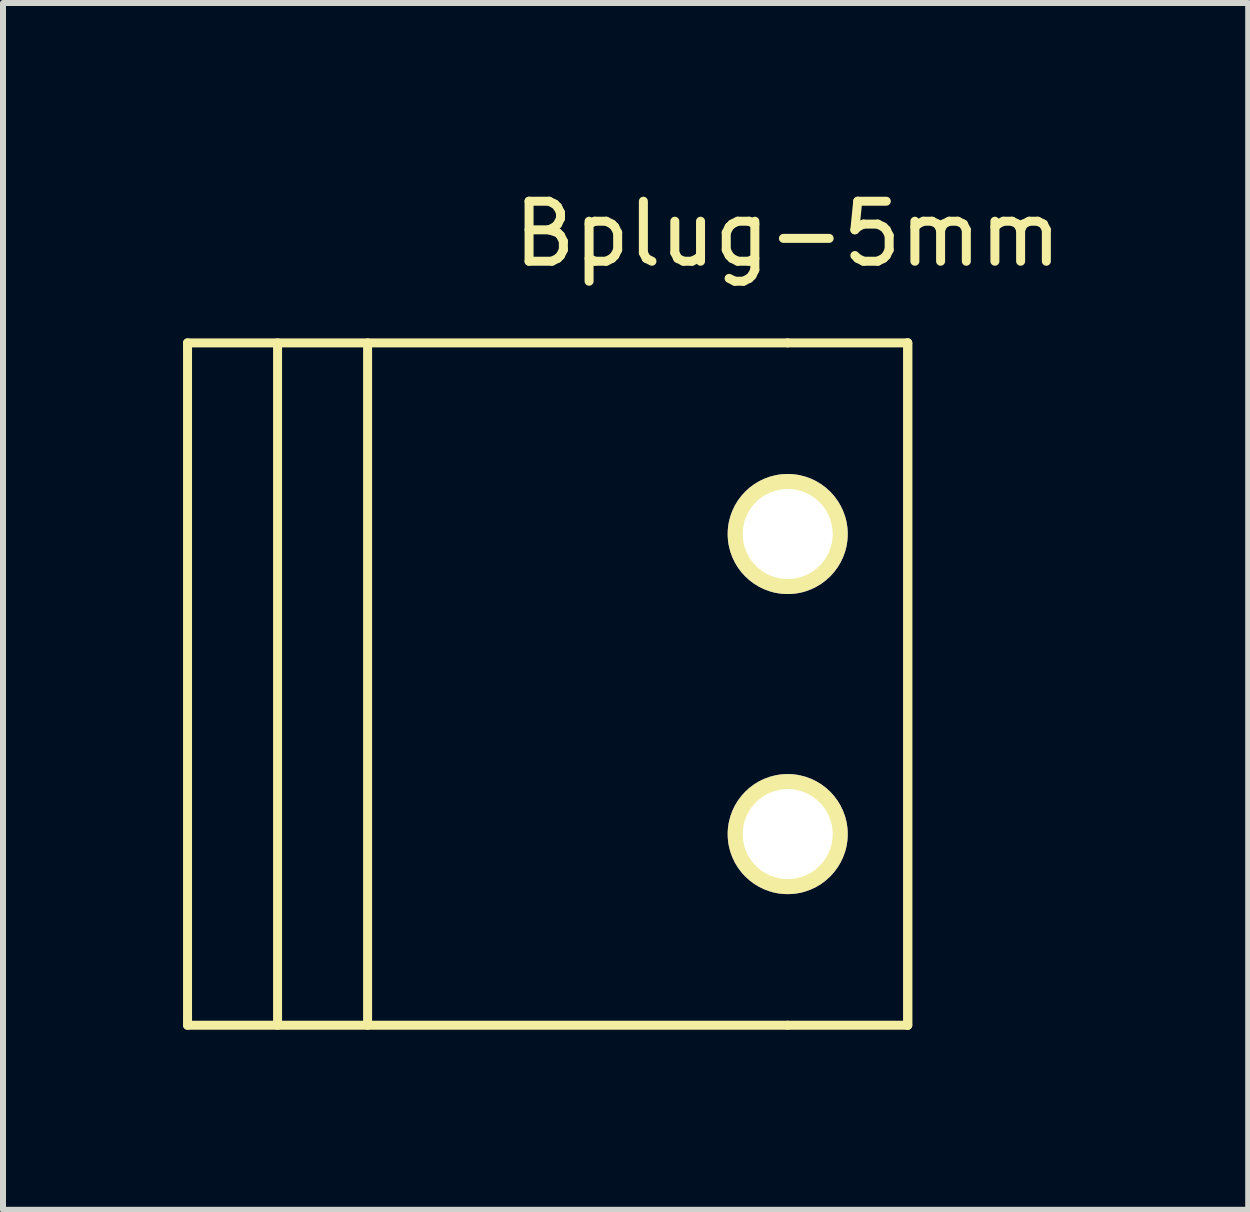
<source format=kicad_pcb>
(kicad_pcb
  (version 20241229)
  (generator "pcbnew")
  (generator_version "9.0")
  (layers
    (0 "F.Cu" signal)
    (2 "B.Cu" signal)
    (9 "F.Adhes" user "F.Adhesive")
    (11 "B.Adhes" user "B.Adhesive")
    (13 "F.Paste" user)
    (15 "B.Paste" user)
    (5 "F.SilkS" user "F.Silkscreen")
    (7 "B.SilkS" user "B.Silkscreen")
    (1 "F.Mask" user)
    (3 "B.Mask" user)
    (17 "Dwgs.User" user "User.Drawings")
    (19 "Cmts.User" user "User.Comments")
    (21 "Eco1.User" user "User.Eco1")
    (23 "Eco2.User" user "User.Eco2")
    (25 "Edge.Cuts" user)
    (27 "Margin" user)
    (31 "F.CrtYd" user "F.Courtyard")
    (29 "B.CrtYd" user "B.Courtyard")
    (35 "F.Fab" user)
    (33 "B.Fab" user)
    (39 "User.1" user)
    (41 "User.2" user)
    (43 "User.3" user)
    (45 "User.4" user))
  (footprint "Bplug-5mm"
    (layer "F.Cu")
    (at 10.075 8.348)
    (property "Reference" "Bplug-5mm" (at 0 -7.5 0) (layer "F.SilkS") (effects (font (size 1 1) (thickness 0.15))))
    (attr through_hole)
    (fp_line (start -10 -5.685) (end -10 5.685) (stroke (width 0.15) (type solid)) (layer "F.SilkS"))
    (fp_line (start -10 5.685) (end 0 5.685) (stroke (width 0.15) (type solid)) (layer "F.SilkS"))
    (fp_line (start -8.5 -5.685) (end -8.5 5.685) (stroke (width 0.15) (type solid)) (layer "F.SilkS"))
    (fp_line (start -7 -5.685) (end -7 5.685) (stroke (width 0.15) (type solid)) (layer "F.SilkS"))
    (fp_line (start 0 -5.685) (end -10 -5.685) (stroke (width 0.15) (type solid)) (layer "F.SilkS"))
    (fp_line (start 0 -5.685) (end 2 -5.685) (stroke (width 0.15) (type solid)) (layer "F.SilkS"))
    (fp_line (start 2 -5.685) (end 2 5.685) (stroke (width 0.15) (type solid)) (layer "F.SilkS"))
    (fp_line (start 2 -5.685) (end 2 5.685) (stroke (width 0.15) (type solid)) (layer "F.SilkS"))
    (fp_line (start 2 5.685) (end 0 5.685) (stroke (width 0.15) (type solid)) (layer "F.SilkS"))
    (pad "1" thru_hole circle (at 0 -2.5) (size 2 2) (drill 1.5) (layers "*.Cu" "*.Mask" "F.SilkS"))
    (pad "2" thru_hole circle (at 0 2.5) (size 2 2) (drill 1.5) (layers "*.Cu" "*.Mask" "F.SilkS")))
  (gr_rect
    (start -3 -3)
    (end 17.748 17.108)
    (stroke (width 0.1) (type default))
    (fill no)
    (layer "Edge.Cuts")))
</source>
